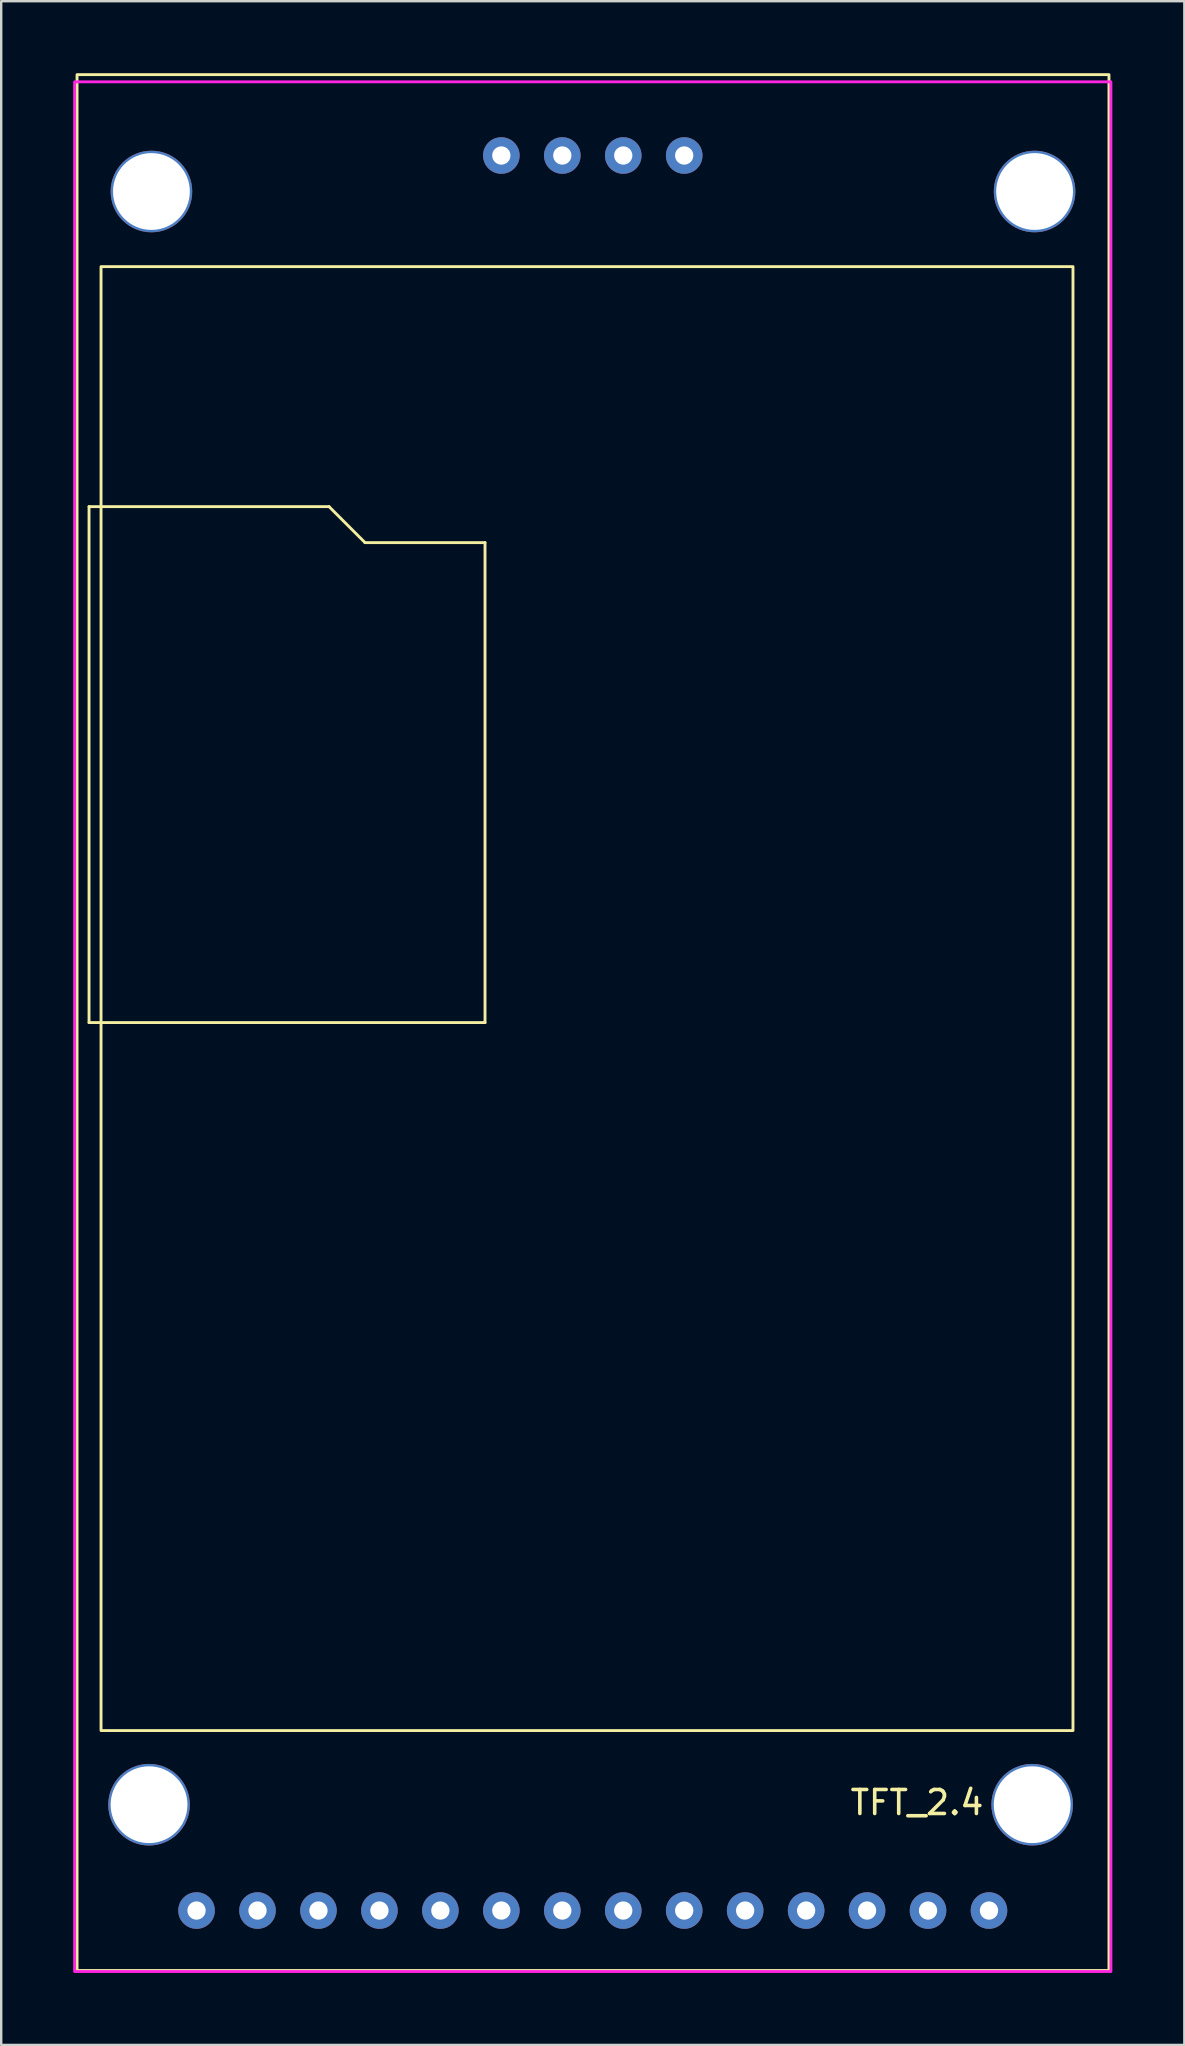
<source format=kicad_pcb>
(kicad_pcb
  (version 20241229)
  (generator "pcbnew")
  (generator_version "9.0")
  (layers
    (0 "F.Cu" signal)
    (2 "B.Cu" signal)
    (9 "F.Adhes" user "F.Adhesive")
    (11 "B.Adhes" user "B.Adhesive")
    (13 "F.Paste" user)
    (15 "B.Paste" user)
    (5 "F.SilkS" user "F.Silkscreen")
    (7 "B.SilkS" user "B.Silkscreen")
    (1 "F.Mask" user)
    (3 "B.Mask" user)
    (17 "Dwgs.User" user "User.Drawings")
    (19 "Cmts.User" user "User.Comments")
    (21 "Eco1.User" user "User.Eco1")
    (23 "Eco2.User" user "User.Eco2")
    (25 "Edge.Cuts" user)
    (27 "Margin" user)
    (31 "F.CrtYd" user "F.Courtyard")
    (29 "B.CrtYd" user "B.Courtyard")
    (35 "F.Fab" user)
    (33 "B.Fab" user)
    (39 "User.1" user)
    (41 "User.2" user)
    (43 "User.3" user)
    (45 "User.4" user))
  (footprint "TFT_2.4"
    (layer "F.Cu")
    (at 38.16 76.56)
    (property "Reference" "TFT_2.4" (at -3 -4.5 0) (unlocked yes) (layer "F.SilkS") (effects (font (size 1 1) (thickness 0.15))))
    (attr through_hole)
    (fp_line (start -37.5 -58.5) (end -37 -58.5) (stroke (width 0.12) (type solid)) (layer "F.SilkS"))
    (fp_line (start -37.5 -37) (end -37.5 -58.5) (stroke (width 0.12) (type solid)) (layer "F.SilkS"))
    (fp_line (start -37 -58.5) (end -27.5 -58.5) (stroke (width 0.12) (type solid)) (layer "F.SilkS"))
    (fp_line (start -27.5 -58.5) (end -26 -57) (stroke (width 0.12) (type solid)) (layer "F.SilkS"))
    (fp_line (start -26 -57) (end -21 -57) (stroke (width 0.12) (type solid)) (layer "F.SilkS"))
    (fp_line (start -21 -57) (end -21 -37) (stroke (width 0.12) (type solid)) (layer "F.SilkS"))
    (fp_line (start -21 -37) (end -37.5 -37) (stroke (width 0.12) (type solid)) (layer "F.SilkS"))
    (fp_rect (start -38 -76.5) (end 5 2.5) (stroke (width 0.12) (type solid)) (fill no) (layer "F.SilkS"))
    (fp_rect (start -37 -68.5) (end 3.5 -7.5) (stroke (width 0.12) (type solid)) (fill no) (layer "F.SilkS"))
    (fp_rect (start -38.1 2.54) (end 5.08 -76.2) (stroke (width 0.12) (type solid)) (fill no) (layer "F.CrtYd"))
    (pad "" np_thru_hole circle (at -35 -4.41) (size 3.4 3.4) (drill 3.2) (layers "*.Cu" "*.Mask"))
    (pad "" np_thru_hole circle (at -34.9 -71.63) (size 3.4 3.4) (drill 3.2) (layers "*.Cu" "*.Mask"))
    (pad "" np_thru_hole circle (at 1.8 -4.41) (size 3.4 3.4) (drill 3.2) (layers "*.Cu" "*.Mask"))
    (pad "" np_thru_hole circle (at 1.9 -71.63) (size 3.4 3.4) (drill 3.2) (layers "*.Cu" "*.Mask"))
    (pad "1" thru_hole circle (at -33.02 0) (size 1.524 1.524) (drill 0.762) (layers "*.Cu" "*.Mask"))
    (pad "2" thru_hole circle (at -30.48 0) (size 1.524 1.524) (drill 0.762) (layers "*.Cu" "*.Mask"))
    (pad "3" thru_hole circle (at -27.94 0) (size 1.524 1.524) (drill 0.762) (layers "*.Cu" "*.Mask"))
    (pad "4" thru_hole circle (at -25.4 0) (size 1.524 1.524) (drill 0.762) (layers "*.Cu" "*.Mask"))
    (pad "5" thru_hole circle (at -22.86 0) (size 1.524 1.524) (drill 0.762) (layers "*.Cu" "*.Mask"))
    (pad "6" thru_hole circle (at -20.32 0) (size 1.524 1.524) (drill 0.762) (layers "*.Cu" "*.Mask"))
    (pad "7" thru_hole circle (at -17.78 0) (size 1.524 1.524) (drill 0.762) (layers "*.Cu" "*.Mask"))
    (pad "8" thru_hole circle (at -15.24 0) (size 1.524 1.524) (drill 0.762) (layers "*.Cu" "*.Mask"))
    (pad "9" thru_hole circle (at -12.7 0) (size 1.524 1.524) (drill 0.762) (layers "*.Cu" "*.Mask"))
    (pad "10" thru_hole circle (at -10.16 0) (size 1.524 1.524) (drill 0.762) (layers "*.Cu" "*.Mask"))
    (pad "11" thru_hole circle (at -7.62 0) (size 1.524 1.524) (drill 0.762) (layers "*.Cu" "*.Mask"))
    (pad "12" thru_hole circle (at -5.08 0) (size 1.524 1.524) (drill 0.762) (layers "*.Cu" "*.Mask"))
    (pad "13" thru_hole circle (at -2.54 0) (size 1.524 1.524) (drill 0.762) (layers "*.Cu" "*.Mask"))
    (pad "14" thru_hole circle (at 0 0) (size 1.524 1.524) (drill 0.762) (layers "*.Cu" "*.Mask"))
    (pad "15" thru_hole circle (at -20.32 -73.13) (size 1.524 1.524) (drill 0.762) (layers "*.Cu" "*.Mask"))
    (pad "16" thru_hole circle (at -17.78 -73.13) (size 1.524 1.524) (drill 0.762) (layers "*.Cu" "*.Mask"))
    (pad "17" thru_hole circle (at -15.24 -73.13) (size 1.524 1.524) (drill 0.762) (layers "*.Cu" "*.Mask"))
    (pad "18" thru_hole circle (at -12.7 -73.13) (size 1.524 1.524) (drill 0.762) (layers "*.Cu" "*.Mask")))
  (gr_rect
    (start -3 -3)
    (end 46.3 82.16)
    (stroke (width 0.1) (type default))
    (fill no)
    (layer "Edge.Cuts")))
</source>
